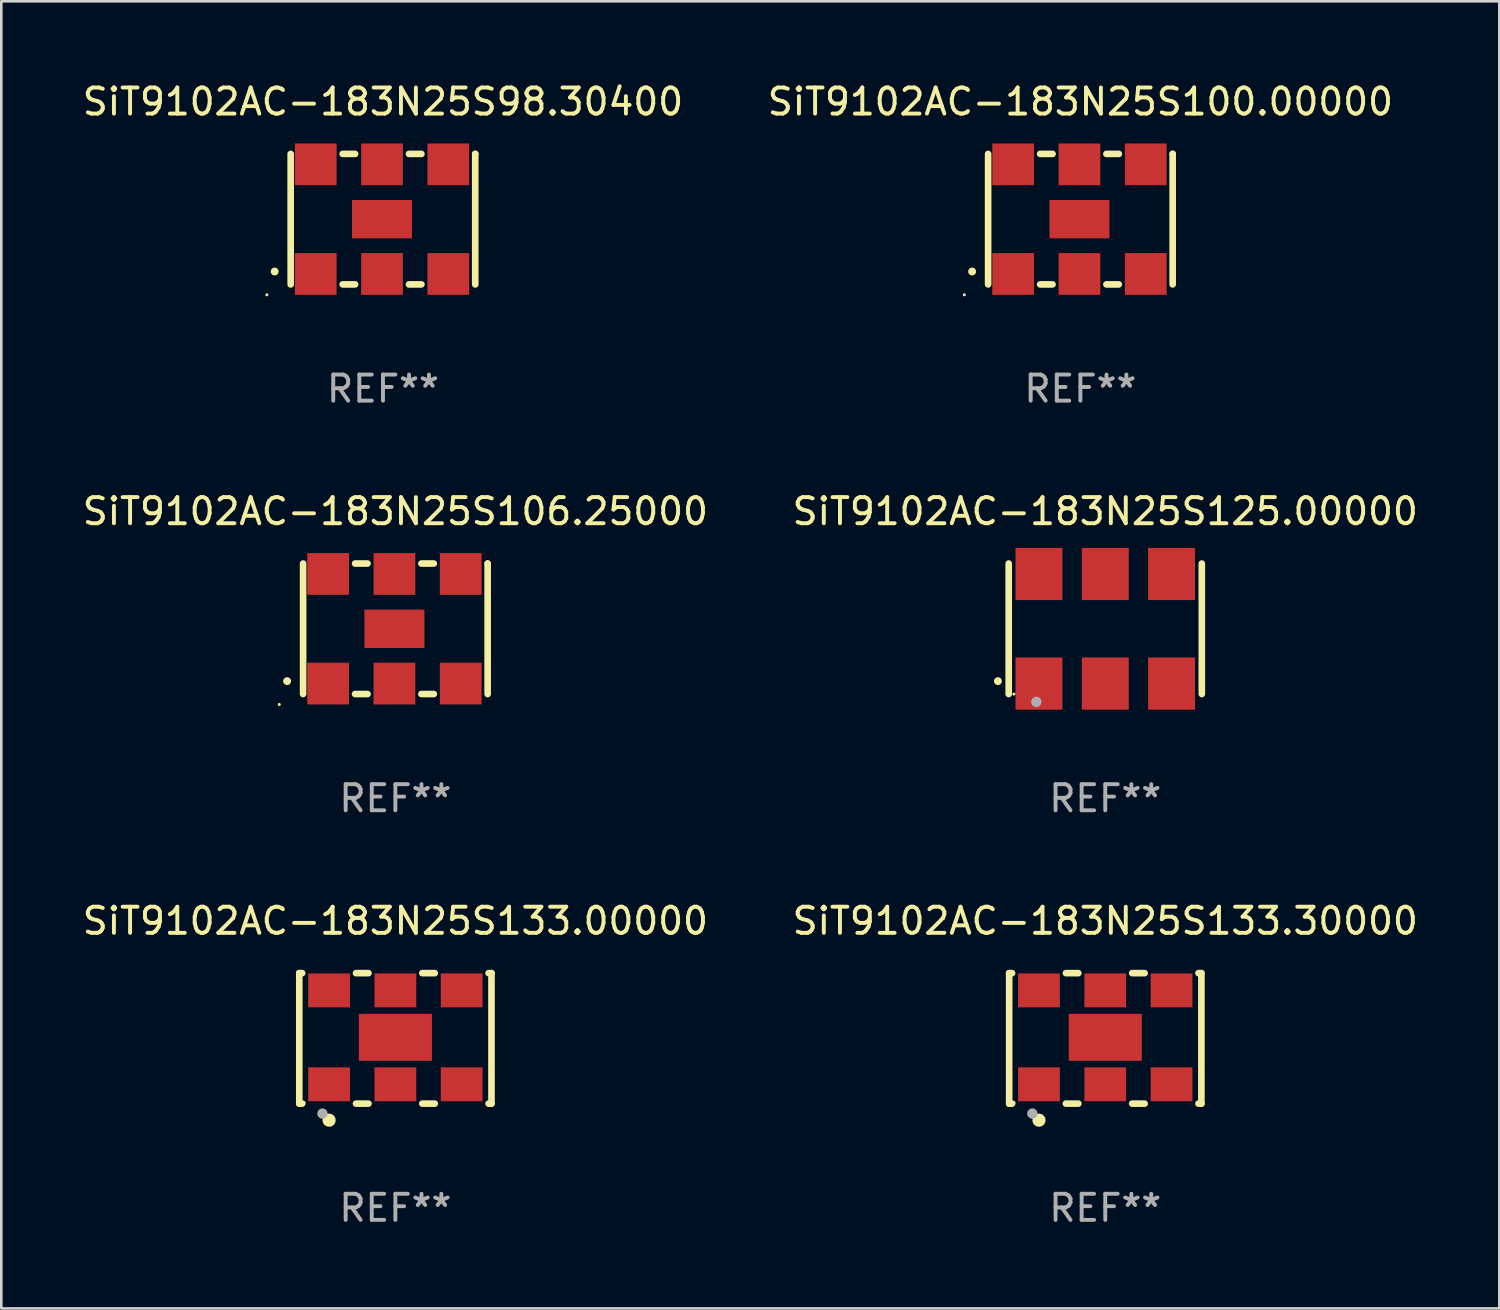
<source format=kicad_pcb>
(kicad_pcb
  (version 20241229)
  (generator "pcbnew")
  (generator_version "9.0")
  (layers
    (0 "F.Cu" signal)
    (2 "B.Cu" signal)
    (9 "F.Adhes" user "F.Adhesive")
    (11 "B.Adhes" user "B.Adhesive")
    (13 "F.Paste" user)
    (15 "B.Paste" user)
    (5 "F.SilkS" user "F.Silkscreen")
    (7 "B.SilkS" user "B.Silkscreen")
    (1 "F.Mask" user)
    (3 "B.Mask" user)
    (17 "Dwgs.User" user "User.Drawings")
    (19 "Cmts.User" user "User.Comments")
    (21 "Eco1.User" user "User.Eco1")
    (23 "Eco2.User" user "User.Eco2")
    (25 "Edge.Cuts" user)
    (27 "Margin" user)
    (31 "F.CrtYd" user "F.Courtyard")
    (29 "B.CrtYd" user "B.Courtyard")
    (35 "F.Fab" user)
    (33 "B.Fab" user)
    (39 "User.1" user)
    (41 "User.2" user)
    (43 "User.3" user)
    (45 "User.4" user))
  (footprint "SiT9102AC-183N25S100.00000"
    (layer "F.Cu")
    (at 38.351 5.348)
    (property "Reference" "SiT9102AC-183N25S100.00000" (at 0 -4.5 0) (layer "F.SilkS") (effects (font (size 1 1) (thickness 0.15))))
    (attr through_hole)
    (fp_line (start -3.536 -2.5) (end -3.536 2.5) (stroke (width 0.254) (type solid)) (layer "F.SilkS"))
    (fp_line (start -1.544 2.5) (end -1.067 2.5) (stroke (width 0.254) (type solid)) (layer "F.SilkS"))
    (fp_line (start -1.067 -2.5) (end -1.544 -2.5) (stroke (width 0.254) (type solid)) (layer "F.SilkS"))
    (fp_line (start 0.996 2.5) (end 1.473 2.5) (stroke (width 0.254) (type solid)) (layer "F.SilkS"))
    (fp_line (start 1.473 -2.5) (end 0.996 -2.5) (stroke (width 0.254) (type solid)) (layer "F.SilkS"))
    (fp_line (start 3.536 -2.5) (end 3.536 -2.5) (stroke (width 0.254) (type solid)) (layer "F.SilkS"))
    (fp_line (start 3.536 2.5) (end 3.536 -2.5) (stroke (width 0.254) (type solid)) (layer "F.SilkS"))
    (fp_arc (start -4.150432 2.006604) (mid -4.149162 2.006599) (end -4.147892 2.006604) (stroke (width 0.3) (type solid)) (layer "F.SilkS"))
    (fp_circle (center -4.449 2.9) (end -4.419 2.9) (stroke (width 0.06) (type solid)) (fill no) (layer "F.SilkS"))
    (fp_text user "REF**" (at 0 6.5 0) (layer "F.Fab") (effects (font (size 1 1) (thickness 0.15))))
    (pad "1" smd rect (at -2.576 2.1) (size 1.6 1.6) (layers "F.Cu" "F.Mask" "F.Paste"))
    (pad "2" smd rect (at -0.036 2.1) (size 1.6 1.6) (layers "F.Cu" "F.Mask" "F.Paste"))
    (pad "3" smd rect (at 2.504 2.1) (size 1.6 1.6) (layers "F.Cu" "F.Mask" "F.Paste"))
    (pad "4" smd rect (at 2.504 -2.1) (size 1.6 1.6) (layers "F.Cu" "F.Mask" "F.Paste"))
    (pad "5" smd rect (at -0.036 -2.1) (size 1.6 1.6) (layers "F.Cu" "F.Mask" "F.Paste"))
    (pad "6" smd rect (at -2.576 -2.1) (size 1.6 1.6) (layers "F.Cu" "F.Mask" "F.Paste"))
    (pad "7" smd rect (at -0.036 0) (size 2.3 1.47) (layers "F.Cu" "F.Mask" "F.Paste")))
  (footprint "SiT9102AC-183N25S125.00000"
    (layer "F.Cu")
    (at 39.304 21.045)
    (property "Reference" "SiT9102AC-183N25S125.00000" (at 0 -4.5 0) (layer "F.SilkS") (effects (font (size 1 1) (thickness 0.15))))
    (attr through_hole)
    (fp_line (start -3.7 -2.5) (end -3.7 2.5) (stroke (width 0.254) (type solid)) (layer "F.SilkS"))
    (fp_line (start 3.7 -2.5) (end 3.7 2.5) (stroke (width 0.254) (type solid)) (layer "F.SilkS"))
    (fp_arc (start -4.114415 2.006604) (mid -4.113145 2.006599) (end -4.111875 2.006604) (stroke (width 0.3) (type solid)) (layer "F.SilkS"))
    (fp_circle (center -3.5 2.501) (end -3.47 2.501) (stroke (width 0.06) (type solid)) (fill no) (layer "F.SilkS"))
    (fp_circle (center -2.641 2.799) (end -2.541 2.799) (stroke (width 0.2) (type solid)) (fill no) (layer "F.Fab"))
    (fp_text user "REF**" (at 0 6.5 0) (layer "F.Fab") (effects (font (size 1 1) (thickness 0.15))))
    (pad "1" smd rect (at -2.54 2.1) (size 1.8 2) (layers "F.Cu" "F.Mask" "F.Paste"))
    (pad "2" smd rect (at 0.000394 2.1) (size 1.8 2) (layers "F.Cu" "F.Mask" "F.Paste"))
    (pad "3" smd rect (at 2.54 2.1) (size 1.8 2) (layers "F.Cu" "F.Mask" "F.Paste"))
    (pad "4" smd rect (at 2.54 -2.1) (size 1.8 2) (layers "F.Cu" "F.Mask" "F.Paste"))
    (pad "5" smd rect (at 0.000394 -2.1) (size 1.8 2) (layers "F.Cu" "F.Mask" "F.Paste"))
    (pad "6" smd rect (at -2.54 -2.1) (size 1.8 2) (layers "F.Cu" "F.Mask" "F.Paste")))
  (footprint "SiT9102AC-183N25S98.30400"
    (layer "F.Cu")
    (at 11.625 5.348)
    (property "Reference" "SiT9102AC-183N25S98.30400" (at 0 -4.5 0) (layer "F.SilkS") (effects (font (size 1 1) (thickness 0.15))))
    (attr through_hole)
    (fp_line (start -3.536 -2.5) (end -3.536 2.5) (stroke (width 0.254) (type solid)) (layer "F.SilkS"))
    (fp_line (start -1.544 2.5) (end -1.067 2.5) (stroke (width 0.254) (type solid)) (layer "F.SilkS"))
    (fp_line (start -1.067 -2.5) (end -1.544 -2.5) (stroke (width 0.254) (type solid)) (layer "F.SilkS"))
    (fp_line (start 0.996 2.5) (end 1.473 2.5) (stroke (width 0.254) (type solid)) (layer "F.SilkS"))
    (fp_line (start 1.473 -2.5) (end 0.996 -2.5) (stroke (width 0.254) (type solid)) (layer "F.SilkS"))
    (fp_line (start 3.536 -2.5) (end 3.536 -2.5) (stroke (width 0.254) (type solid)) (layer "F.SilkS"))
    (fp_line (start 3.536 2.5) (end 3.536 -2.5) (stroke (width 0.254) (type solid)) (layer "F.SilkS"))
    (fp_arc (start -4.150432 2.006604) (mid -4.149162 2.006599) (end -4.147892 2.006604) (stroke (width 0.3) (type solid)) (layer "F.SilkS"))
    (fp_circle (center -4.449 2.9) (end -4.419 2.9) (stroke (width 0.06) (type solid)) (fill no) (layer "F.SilkS"))
    (fp_text user "REF**" (at 0 6.5 0) (layer "F.Fab") (effects (font (size 1 1) (thickness 0.15))))
    (pad "1" smd rect (at -2.576 2.1) (size 1.6 1.6) (layers "F.Cu" "F.Mask" "F.Paste"))
    (pad "2" smd rect (at -0.036 2.1) (size 1.6 1.6) (layers "F.Cu" "F.Mask" "F.Paste"))
    (pad "3" smd rect (at 2.504 2.1) (size 1.6 1.6) (layers "F.Cu" "F.Mask" "F.Paste"))
    (pad "4" smd rect (at 2.504 -2.1) (size 1.6 1.6) (layers "F.Cu" "F.Mask" "F.Paste"))
    (pad "5" smd rect (at -0.036 -2.1) (size 1.6 1.6) (layers "F.Cu" "F.Mask" "F.Paste"))
    (pad "6" smd rect (at -2.576 -2.1) (size 1.6 1.6) (layers "F.Cu" "F.Mask" "F.Paste"))
    (pad "7" smd rect (at -0.036 0) (size 2.3 1.47) (layers "F.Cu" "F.Mask" "F.Paste")))
  (footprint "SiT9102AC-183N25S133.00000"
    (layer "F.Cu")
    (at 12.101 36.741)
    (property "Reference" "SiT9102AC-183N25S133.00000" (at 0 -4.5 0) (layer "F.SilkS") (effects (font (size 1 1) (thickness 0.15))))
    (attr through_hole)
    (fp_line (start -3.683 -2.5) (end -3.571 -2.5) (stroke (width 0.254) (type solid)) (layer "F.SilkS"))
    (fp_line (start -3.683 2.5) (end -3.683 -2.5) (stroke (width 0.254) (type solid)) (layer "F.SilkS"))
    (fp_line (start -3.683 2.5) (end -3.571 2.5) (stroke (width 0.254) (type solid)) (layer "F.SilkS"))
    (fp_line (start -1.509 -2.5) (end -1.031 -2.5) (stroke (width 0.254) (type solid)) (layer "F.SilkS"))
    (fp_line (start -1.509 2.5) (end -1.031 2.5) (stroke (width 0.254) (type solid)) (layer "F.SilkS"))
    (fp_line (start 1.031 -2.5) (end 1.509 -2.5) (stroke (width 0.254) (type solid)) (layer "F.SilkS"))
    (fp_line (start 1.031 2.5) (end 1.509 2.5) (stroke (width 0.254) (type solid)) (layer "F.SilkS"))
    (fp_line (start 3.571 -2.5) (end 3.683 -2.5) (stroke (width 0.254) (type solid)) (layer "F.SilkS"))
    (fp_line (start 3.571 2.5) (end 3.683 2.5) (stroke (width 0.254) (type solid)) (layer "F.SilkS"))
    (fp_line (start 3.683 2.5) (end 3.683 -2.5) (stroke (width 0.254) (type solid)) (layer "F.SilkS"))
    (fp_circle (center -3.5 2.46) (end -3.47 2.46) (stroke (width 0.06) (type solid)) (fill no) (layer "F.SilkS"))
    (fp_circle (center -2.54 3.135) (end -2.413 3.135) (stroke (width 0.254) (type solid)) (fill no) (layer "F.SilkS"))
    (fp_circle (center -2.794 2.881) (end -2.694 2.881) (stroke (width 0.2) (type solid)) (fill no) (layer "F.Fab"))
    (fp_text user "REF**" (at 0 6.5 0) (layer "F.Fab") (effects (font (size 1 1) (thickness 0.15))))
    (pad "1" smd rect (at -2.54 1.76) (size 1.6 1.3) (layers "F.Cu" "F.Mask" "F.Paste"))
    (pad "2" smd rect (at 0 1.76) (size 1.6 1.3) (layers "F.Cu" "F.Mask" "F.Paste"))
    (pad "3" smd rect (at 2.54 1.76) (size 1.6 1.3) (layers "F.Cu" "F.Mask" "F.Paste"))
    (pad "4" smd rect (at 2.54 -1.84) (size 1.6 1.3) (layers "F.Cu" "F.Mask" "F.Paste"))
    (pad "5" smd rect (at 0 -1.84) (size 1.6 1.3) (layers "F.Cu" "F.Mask" "F.Paste"))
    (pad "6" smd rect (at -2.54 -1.84) (size 1.6 1.3) (layers "F.Cu" "F.Mask" "F.Paste"))
    (pad "7" smd rect (at 0 -0.04) (size 2.8 1.8) (layers "F.Cu" "F.Mask" "F.Paste")))
  (footprint "SiT9102AC-183N25S106.25000"
    (layer "F.Cu")
    (at 12.101 21.045)
    (property "Reference" "SiT9102AC-183N25S106.25000" (at 0 -4.5 0) (layer "F.SilkS") (effects (font (size 1 1) (thickness 0.15))))
    (attr through_hole)
    (fp_line (start -3.536 -2.5) (end -3.536 2.5) (stroke (width 0.254) (type solid)) (layer "F.SilkS"))
    (fp_line (start -1.544 2.5) (end -1.067 2.5) (stroke (width 0.254) (type solid)) (layer "F.SilkS"))
    (fp_line (start -1.067 -2.5) (end -1.544 -2.5) (stroke (width 0.254) (type solid)) (layer "F.SilkS"))
    (fp_line (start 0.996 2.5) (end 1.473 2.5) (stroke (width 0.254) (type solid)) (layer "F.SilkS"))
    (fp_line (start 1.473 -2.5) (end 0.996 -2.5) (stroke (width 0.254) (type solid)) (layer "F.SilkS"))
    (fp_line (start 3.536 -2.5) (end 3.536 -2.5) (stroke (width 0.254) (type solid)) (layer "F.SilkS"))
    (fp_line (start 3.536 2.5) (end 3.536 -2.5) (stroke (width 0.254) (type solid)) (layer "F.SilkS"))
    (fp_arc (start -4.150432 2.006604) (mid -4.149162 2.006599) (end -4.147892 2.006604) (stroke (width 0.3) (type solid)) (layer "F.SilkS"))
    (fp_circle (center -4.449 2.9) (end -4.419 2.9) (stroke (width 0.06) (type solid)) (fill no) (layer "F.SilkS"))
    (fp_text user "REF**" (at 0 6.5 0) (layer "F.Fab") (effects (font (size 1 1) (thickness 0.15))))
    (pad "1" smd rect (at -2.576 2.1) (size 1.6 1.6) (layers "F.Cu" "F.Mask" "F.Paste"))
    (pad "2" smd rect (at -0.036 2.1) (size 1.6 1.6) (layers "F.Cu" "F.Mask" "F.Paste"))
    (pad "3" smd rect (at 2.504 2.1) (size 1.6 1.6) (layers "F.Cu" "F.Mask" "F.Paste"))
    (pad "4" smd rect (at 2.504 -2.1) (size 1.6 1.6) (layers "F.Cu" "F.Mask" "F.Paste"))
    (pad "5" smd rect (at -0.036 -2.1) (size 1.6 1.6) (layers "F.Cu" "F.Mask" "F.Paste"))
    (pad "6" smd rect (at -2.576 -2.1) (size 1.6 1.6) (layers "F.Cu" "F.Mask" "F.Paste"))
    (pad "7" smd rect (at -0.036 0) (size 2.3 1.47) (layers "F.Cu" "F.Mask" "F.Paste")))
  (footprint "SiT9102AC-183N25S133.30000"
    (layer "F.Cu")
    (at 39.304 36.741)
    (property "Reference" "SiT9102AC-183N25S133.30000" (at 0 -4.5 0) (layer "F.SilkS") (effects (font (size 1 1) (thickness 0.15))))
    (attr through_hole)
    (fp_line (start -3.683 -2.5) (end -3.571 -2.5) (stroke (width 0.254) (type solid)) (layer "F.SilkS"))
    (fp_line (start -3.683 2.5) (end -3.683 -2.5) (stroke (width 0.254) (type solid)) (layer "F.SilkS"))
    (fp_line (start -3.683 2.5) (end -3.571 2.5) (stroke (width 0.254) (type solid)) (layer "F.SilkS"))
    (fp_line (start -1.509 -2.5) (end -1.031 -2.5) (stroke (width 0.254) (type solid)) (layer "F.SilkS"))
    (fp_line (start -1.509 2.5) (end -1.031 2.5) (stroke (width 0.254) (type solid)) (layer "F.SilkS"))
    (fp_line (start 1.031 -2.5) (end 1.509 -2.5) (stroke (width 0.254) (type solid)) (layer "F.SilkS"))
    (fp_line (start 1.031 2.5) (end 1.509 2.5) (stroke (width 0.254) (type solid)) (layer "F.SilkS"))
    (fp_line (start 3.571 -2.5) (end 3.683 -2.5) (stroke (width 0.254) (type solid)) (layer "F.SilkS"))
    (fp_line (start 3.571 2.5) (end 3.683 2.5) (stroke (width 0.254) (type solid)) (layer "F.SilkS"))
    (fp_line (start 3.683 2.5) (end 3.683 -2.5) (stroke (width 0.254) (type solid)) (layer "F.SilkS"))
    (fp_circle (center -3.5 2.46) (end -3.47 2.46) (stroke (width 0.06) (type solid)) (fill no) (layer "F.SilkS"))
    (fp_circle (center -2.54 3.135) (end -2.413 3.135) (stroke (width 0.254) (type solid)) (fill no) (layer "F.SilkS"))
    (fp_circle (center -2.794 2.881) (end -2.694 2.881) (stroke (width 0.2) (type solid)) (fill no) (layer "F.Fab"))
    (fp_text user "REF**" (at 0 6.5 0) (layer "F.Fab") (effects (font (size 1 1) (thickness 0.15))))
    (pad "1" smd rect (at -2.54 1.76) (size 1.6 1.3) (layers "F.Cu" "F.Mask" "F.Paste"))
    (pad "2" smd rect (at 0 1.76) (size 1.6 1.3) (layers "F.Cu" "F.Mask" "F.Paste"))
    (pad "3" smd rect (at 2.54 1.76) (size 1.6 1.3) (layers "F.Cu" "F.Mask" "F.Paste"))
    (pad "4" smd rect (at 2.54 -1.84) (size 1.6 1.3) (layers "F.Cu" "F.Mask" "F.Paste"))
    (pad "5" smd rect (at 0 -1.84) (size 1.6 1.3) (layers "F.Cu" "F.Mask" "F.Paste"))
    (pad "6" smd rect (at -2.54 -1.84) (size 1.6 1.3) (layers "F.Cu" "F.Mask" "F.Paste"))
    (pad "7" smd rect (at 0 -0.04) (size 2.8 1.8) (layers "F.Cu" "F.Mask" "F.Paste")))
  (gr_rect
    (start -3 -3)
    (end 54.405 47.09)
    (stroke (width 0.1) (type default))
    (fill no)
    (layer "Edge.Cuts")))
</source>
